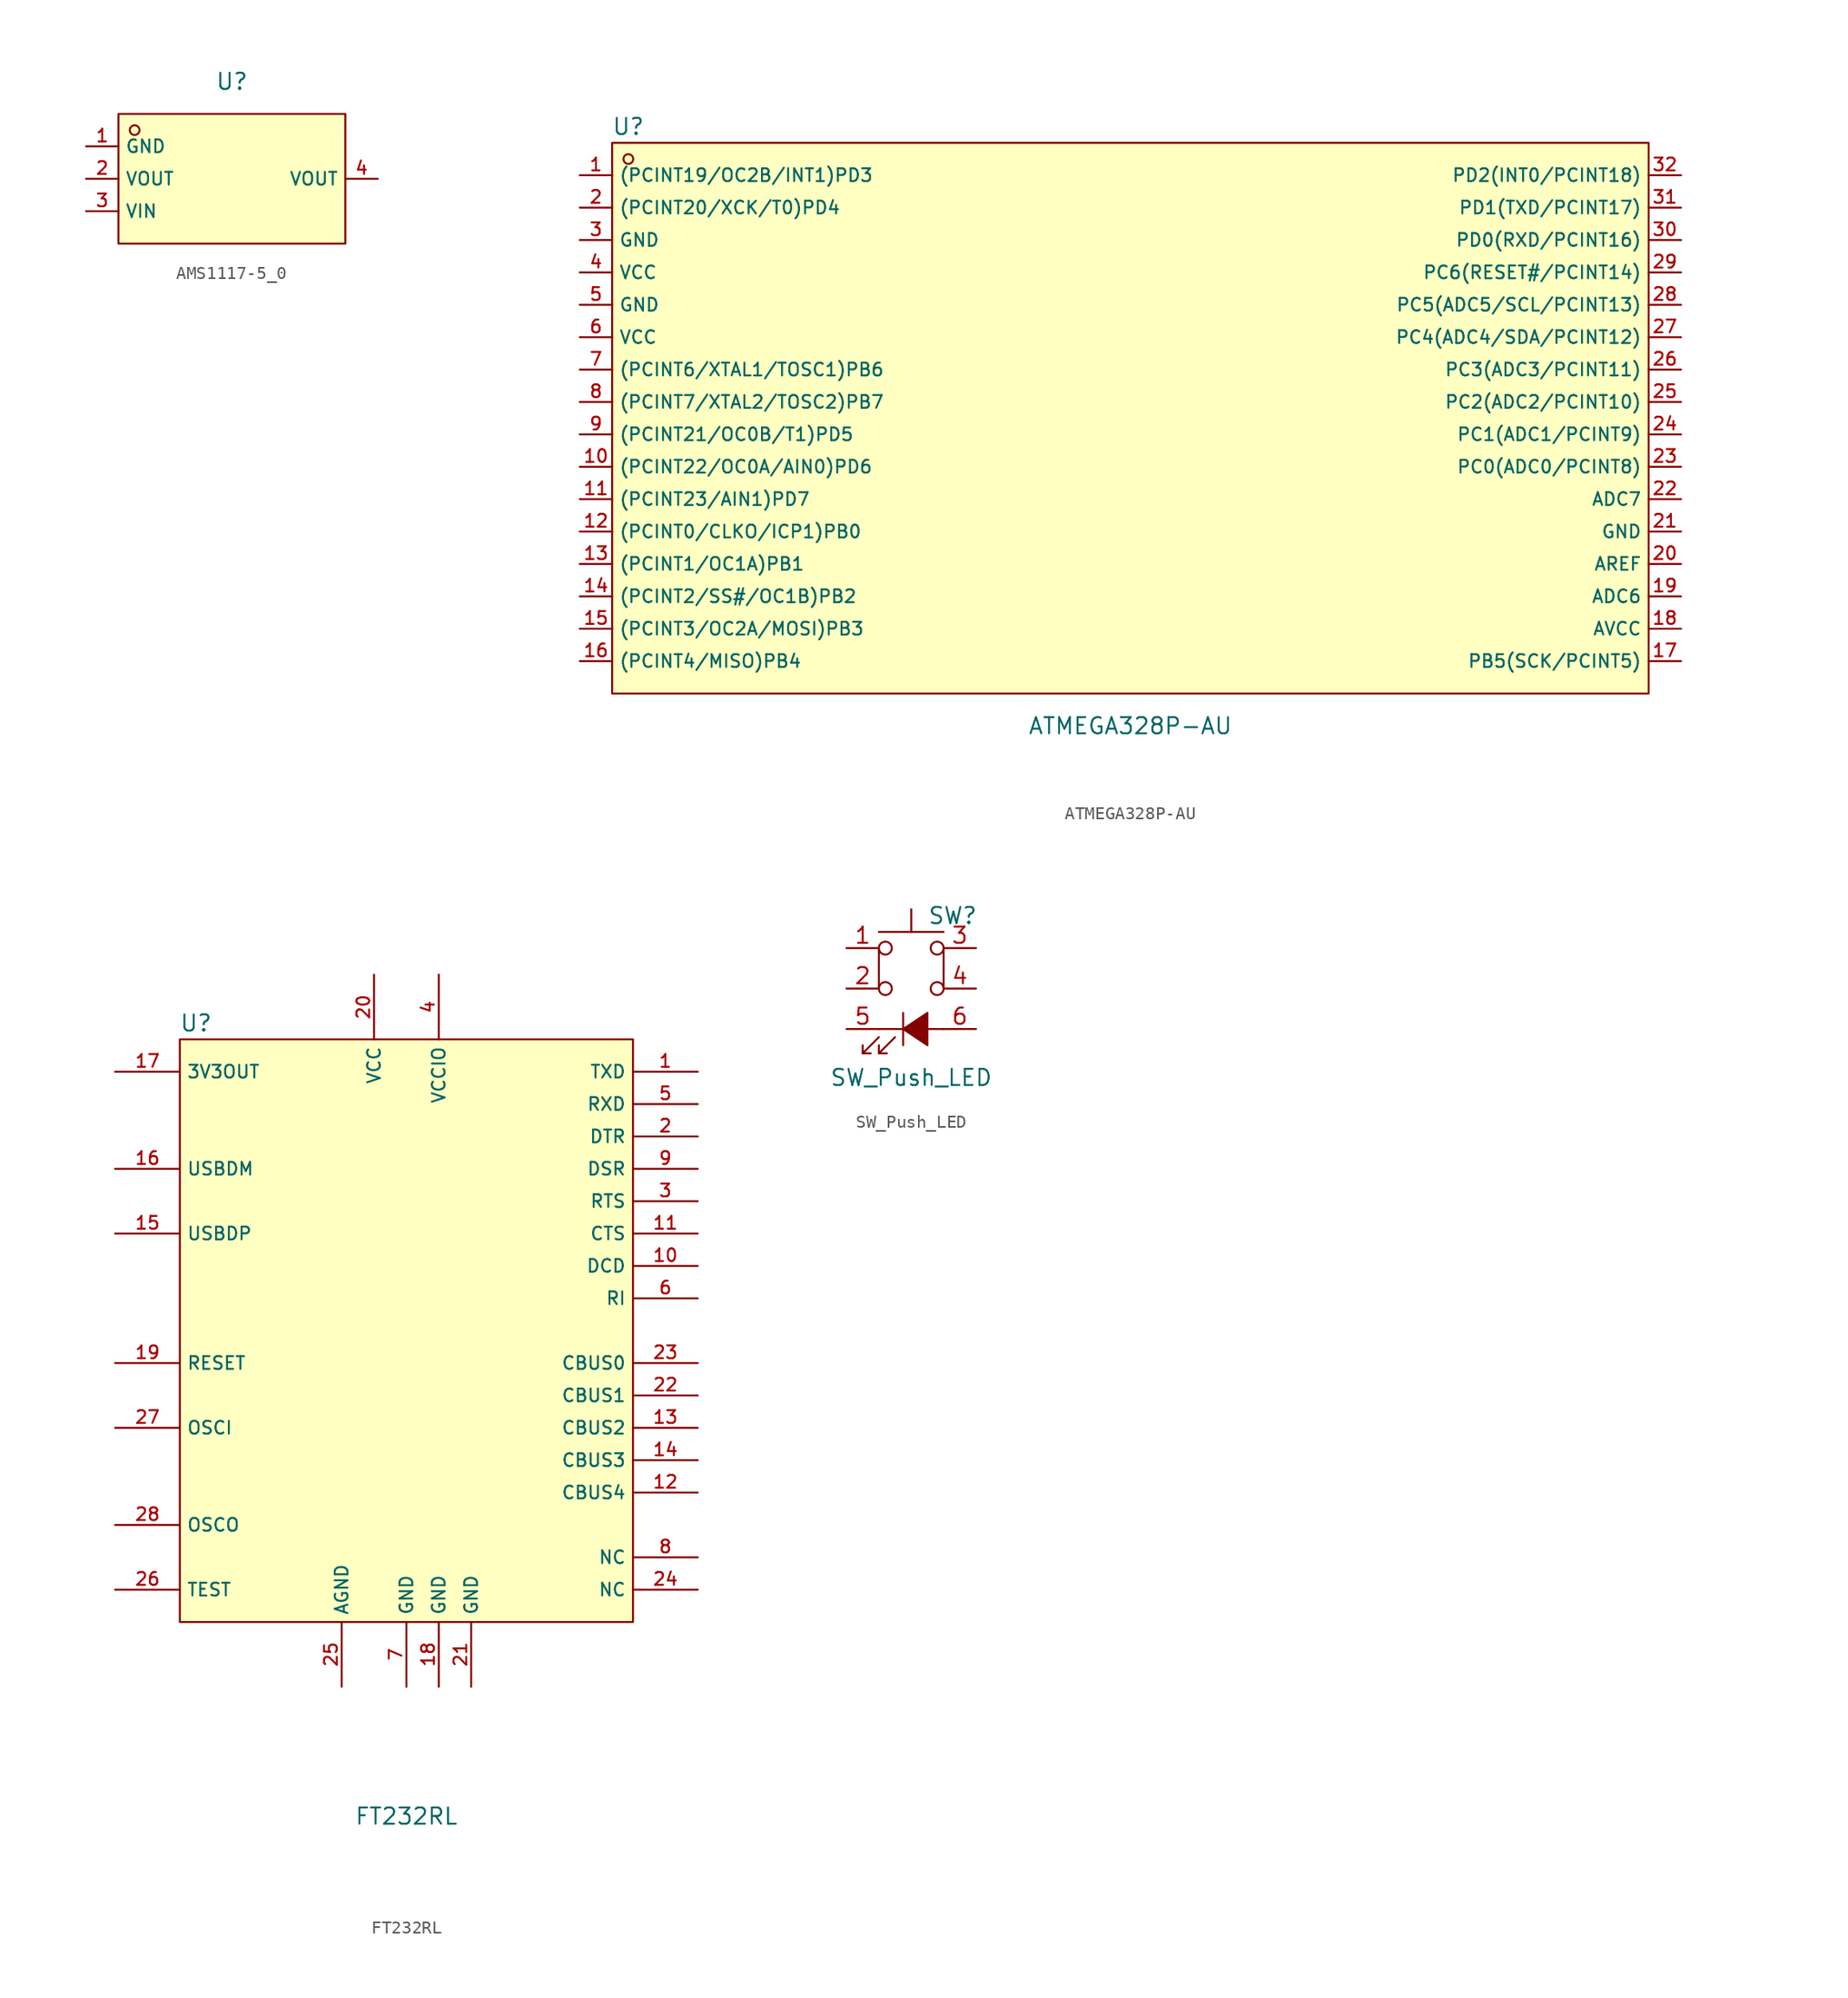
<source format=kicad_sym>
(kicad_symbol_lib
  (version 20211014)
  (generator kicad_symbol_editor)
  (symbol "AMS1117-5_0"
    (property "Reference" "U"
      (at 0 7.62 0)
      (effects (font (size 1.27 1.27))))
    (symbol "AMS1117-5_0_0_0"
      (rectangle (start -8.89 5.08) (end 8.89 -5.08) (stroke (width 0) (type default) (color 0 0 0 0)) (fill (type background)))
      (circle (center -7.62 3.81) (radius 0.381) (stroke (width 0) (type default) (color 0 0 0 0)) (fill (type background)))
      (pin power_in line (at -11.43 2.54 0) (length 2.54) (name "GND" (effects (font (size 1 1)))) (number "1" (effects (font (size 1 1)))))
      (pin power_out line (at -11.43 0 0) (length 2.54) (name "VOUT" (effects (font (size 1 1)))) (number "2" (effects (font (size 1 1)))))
      (pin power_in line (at -11.43 -2.54 0) (length 2.54) (name "VIN" (effects (font (size 1 1)))) (number "3" (effects (font (size 1 1)))))
      (pin power_out line (at 11.43 0 180) (length 2.54) (name "VOUT" (effects (font (size 1 1)))) (number "4" (effects (font (size 1 1)))))))
  (symbol "ATMEGA328P-AU"
    (property "Reference" "U"
      (at -39.37 21.59 0)
      (effects (font (size 1.27 1.27))))
    (property "Value" "ATMEGA328P-AU"
      (at 0 -25.4 0)
      (effects (font (size 1.27 1.27))))
    (symbol "ATMEGA328P-AU_0_0"
      (rectangle (start -40.64 20.32) (end 40.64 -22.86) (stroke (width 0) (type default) (color 0 0 0 0)) (fill (type background)))
      (circle (center -39.37 19.05) (radius 0.381) (stroke (width 0) (type default) (color 0 0 0 0)) (fill (type background)))
      (pin bidirectional line (at -43.18 17.78 0) (length 2.54) (name "(PCINT19/OC2B/INT1)PD3" (effects (font (size 1 1)))) (number "1" (effects (font (size 1 1)))))
      (pin bidirectional line (at -43.18 -5.08 0) (length 2.54) (name "(PCINT22/OC0A/AIN0)PD6" (effects (font (size 1 1)))) (number "10" (effects (font (size 1 1)))))
      (pin bidirectional line (at -43.18 -7.62 0) (length 2.54) (name "(PCINT23/AIN1)PD7" (effects (font (size 1 1)))) (number "11" (effects (font (size 1 1)))))
      (pin bidirectional line (at -43.18 -10.16 0) (length 2.54) (name "(PCINT0/CLKO/ICP1)PB0" (effects (font (size 1 1)))) (number "12" (effects (font (size 1 1)))))
      (pin bidirectional line (at -43.18 -12.7 0) (length 2.54) (name "(PCINT1/OC1A)PB1" (effects (font (size 1 1)))) (number "13" (effects (font (size 1 1)))))
      (pin bidirectional line (at -43.18 -15.24 0) (length 2.54) (name "(PCINT2/SS#/OC1B)PB2" (effects (font (size 1 1)))) (number "14" (effects (font (size 1 1)))))
      (pin bidirectional line (at -43.18 -17.78 0) (length 2.54) (name "(PCINT3/OC2A/MOSI)PB3" (effects (font (size 1 1)))) (number "15" (effects (font (size 1 1)))))
      (pin bidirectional line (at -43.18 -20.32 0) (length 2.54) (name "(PCINT4/MISO)PB4" (effects (font (size 1 1)))) (number "16" (effects (font (size 1 1)))))
      (pin bidirectional line (at 43.18 -20.32 180) (length 2.54) (name "PB5(SCK/PCINT5)" (effects (font (size 1 1)))) (number "17" (effects (font (size 1 1)))))
      (pin power_in line (at 43.18 -17.78 180) (length 2.54) (name "AVCC" (effects (font (size 1 1)))) (number "18" (effects (font (size 1 1)))))
      (pin input line (at 43.18 -15.24 180) (length 2.54) (name "ADC6" (effects (font (size 1 1)))) (number "19" (effects (font (size 1 1)))))
      (pin bidirectional line (at -43.18 15.24 0) (length 2.54) (name "(PCINT20/XCK/T0)PD4" (effects (font (size 1 1)))) (number "2" (effects (font (size 1 1)))))
      (pin bidirectional line (at 43.18 -12.7 180) (length 2.54) (name "AREF" (effects (font (size 1 1)))) (number "20" (effects (font (size 1 1)))))
      (pin power_in line (at 43.18 -10.16 180) (length 2.54) (name "GND" (effects (font (size 1 1)))) (number "21" (effects (font (size 1 1)))))
      (pin input line (at 43.18 -7.62 180) (length 2.54) (name "ADC7" (effects (font (size 1 1)))) (number "22" (effects (font (size 1 1)))))
      (pin bidirectional line (at 43.18 -5.08 180) (length 2.54) (name "PC0(ADC0/PCINT8)" (effects (font (size 1 1)))) (number "23" (effects (font (size 1 1)))))
      (pin bidirectional line (at 43.18 -2.54 180) (length 2.54) (name "PC1(ADC1/PCINT9)" (effects (font (size 1 1)))) (number "24" (effects (font (size 1 1)))))
      (pin bidirectional line (at 43.18 0 180) (length 2.54) (name "PC2(ADC2/PCINT10)" (effects (font (size 1 1)))) (number "25" (effects (font (size 1 1)))))
      (pin bidirectional line (at 43.18 2.54 180) (length 2.54) (name "PC3(ADC3/PCINT11)" (effects (font (size 1 1)))) (number "26" (effects (font (size 1 1)))))
      (pin bidirectional line (at 43.18 5.08 180) (length 2.54) (name "PC4(ADC4/SDA/PCINT12)" (effects (font (size 1 1)))) (number "27" (effects (font (size 1 1)))))
      (pin bidirectional line (at 43.18 7.62 180) (length 2.54) (name "PC5(ADC5/SCL/PCINT13)" (effects (font (size 1 1)))) (number "28" (effects (font (size 1 1)))))
      (pin bidirectional line (at 43.18 10.16 180) (length 2.54) (name "PC6(RESET#/PCINT14)" (effects (font (size 1 1)))) (number "29" (effects (font (size 1 1)))))
      (pin power_in line (at -43.18 12.7 0) (length 2.54) (name "GND" (effects (font (size 1 1)))) (number "3" (effects (font (size 1 1)))))
      (pin bidirectional line (at 43.18 12.7 180) (length 2.54) (name "PD0(RXD/PCINT16)" (effects (font (size 1 1)))) (number "30" (effects (font (size 1 1)))))
      (pin bidirectional line (at 43.18 15.24 180) (length 2.54) (name "PD1(TXD/PCINT17)" (effects (font (size 1 1)))) (number "31" (effects (font (size 1 1)))))
      (pin bidirectional line (at 43.18 17.78 180) (length 2.54) (name "PD2(INT0/PCINT18)" (effects (font (size 1 1)))) (number "32" (effects (font (size 1 1)))))
      (pin power_in line (at -43.18 10.16 0) (length 2.54) (name "VCC" (effects (font (size 1 1)))) (number "4" (effects (font (size 1 1)))))
      (pin power_in line (at -43.18 7.62 0) (length 2.54) (name "GND" (effects (font (size 1 1)))) (number "5" (effects (font (size 1 1)))))
      (pin power_in line (at -43.18 5.08 0) (length 2.54) (name "VCC" (effects (font (size 1 1)))) (number "6" (effects (font (size 1 1)))))
      (pin bidirectional line (at -43.18 2.54 0) (length 2.54) (name "(PCINT6/XTAL1/TOSC1)PB6" (effects (font (size 1 1)))) (number "7" (effects (font (size 1 1)))))
      (pin bidirectional line (at -43.18 0 0) (length 2.54) (name "(PCINT7/XTAL2/TOSC2)PB7" (effects (font (size 1 1)))) (number "8" (effects (font (size 1 1)))))
      (pin bidirectional line (at -43.18 -2.54 0) (length 2.54) (name "(PCINT21/OC0B/T1)PD5" (effects (font (size 1 1)))) (number "9" (effects (font (size 1 1)))))))
  (symbol "FT232RL"
    (property "Reference" "U"
      (at -16.51 24.13 0)
      (effects (font (size 1.27 1.27))))
    (property "Value" "FT232RL"
      (at 0 -38.1 0)
      (effects (font (size 1.27 1.27))))
    (symbol "FT232RL_0_0"
      (rectangle (start -17.78 22.86) (end 17.78 -22.86) (stroke (width 0) (type default) (color 0 0 0 0)) (fill (type background)))
      (pin output line (at 22.86 20.32 180) (length 5.08) (name "TXD" (effects (font (size 1 1)))) (number "1" (effects (font (size 1 1)))))
      (pin unspecified line (at 22.86 5.08 180) (length 5.08) (name "DCD" (effects (font (size 1 1)))) (number "10" (effects (font (size 1 1)))))
      (pin unspecified line (at 22.86 7.62 180) (length 5.08) (name "CTS" (effects (font (size 1 1)))) (number "11" (effects (font (size 1 1)))))
      (pin bidirectional line (at 22.86 -12.7 180) (length 5.08) (name "CBUS4" (effects (font (size 1 1)))) (number "12" (effects (font (size 1 1)))))
      (pin bidirectional line (at 22.86 -7.62 180) (length 5.08) (name "CBUS2" (effects (font (size 1 1)))) (number "13" (effects (font (size 1 1)))))
      (pin bidirectional line (at 22.86 -10.16 180) (length 5.08) (name "CBUS3" (effects (font (size 1 1)))) (number "14" (effects (font (size 1 1)))))
      (pin bidirectional line (at -22.86 7.62 0) (length 5.08) (name "USBDP" (effects (font (size 1 1)))) (number "15" (effects (font (size 1 1)))))
      (pin bidirectional line (at -22.86 12.7 0) (length 5.08) (name "USBDM" (effects (font (size 1 1)))) (number "16" (effects (font (size 1 1)))))
      (pin output line (at -22.86 20.32 0) (length 5.08) (name "3V3OUT" (effects (font (size 1 1)))) (number "17" (effects (font (size 1 1)))))
      (pin power_in line (at 2.54 -27.94 90) (length 5.08) (name "GND" (effects (font (size 1 1)))) (number "18" (effects (font (size 1 1)))))
      (pin unspecified line (at -22.86 -2.54 0) (length 5.08) (name "RESET" (effects (font (size 1 1)))) (number "19" (effects (font (size 1 1)))))
      (pin output line (at 22.86 15.24 180) (length 5.08) (name "DTR" (effects (font (size 1 1)))) (number "2" (effects (font (size 1 1)))))
      (pin power_in line (at -2.54 27.94 270) (length 5.08) (name "VCC" (effects (font (size 1 1)))) (number "20" (effects (font (size 1 1)))))
      (pin power_in line (at 5.08 -27.94 90) (length 5.08) (name "GND" (effects (font (size 1 1)))) (number "21" (effects (font (size 1 1)))))
      (pin bidirectional line (at 22.86 -5.08 180) (length 5.08) (name "CBUS1" (effects (font (size 1 1)))) (number "22" (effects (font (size 1 1)))))
      (pin bidirectional line (at 22.86 -2.54 180) (length 5.08) (name "CBUS0" (effects (font (size 1 1)))) (number "23" (effects (font (size 1 1)))))
      (pin unspecified line (at 22.86 -20.32 180) (length 5.08) (name "NC" (effects (font (size 1 1)))) (number "24" (effects (font (size 1 1)))))
      (pin power_in line (at -5.08 -27.94 90) (length 5.08) (name "AGND" (effects (font (size 1 1)))) (number "25" (effects (font (size 1 1)))))
      (pin unspecified line (at -22.86 -20.32 0) (length 5.08) (name "TEST" (effects (font (size 1 1)))) (number "26" (effects (font (size 1 1)))))
      (pin unspecified line (at -22.86 -7.62 0) (length 5.08) (name "OSCI" (effects (font (size 1 1)))) (number "27" (effects (font (size 1 1)))))
      (pin output line (at -22.86 -15.24 0) (length 5.08) (name "OSCO" (effects (font (size 1 1)))) (number "28" (effects (font (size 1 1)))))
      (pin output line (at 22.86 10.16 180) (length 5.08) (name "RTS" (effects (font (size 1 1)))) (number "3" (effects (font (size 1 1)))))
      (pin power_in line (at 2.54 27.94 270) (length 5.08) (name "VCCIO" (effects (font (size 1 1)))) (number "4" (effects (font (size 1 1)))))
      (pin unspecified line (at 22.86 17.78 180) (length 5.08) (name "RXD" (effects (font (size 1 1)))) (number "5" (effects (font (size 1 1)))))
      (pin unspecified line (at 22.86 2.54 180) (length 5.08) (name "RI" (effects (font (size 1 1)))) (number "6" (effects (font (size 1 1)))))
      (pin power_in line (at 0 -27.94 90) (length 5.08) (name "GND" (effects (font (size 1 1)))) (number "7" (effects (font (size 1 1)))))
      (pin unspecified line (at 22.86 -17.78 180) (length 5.08) (name "NC" (effects (font (size 1 1)))) (number "8" (effects (font (size 1 1)))))
      (pin unspecified line (at 22.86 12.7 180) (length 5.08) (name "DSR" (effects (font (size 1 1)))) (number "9" (effects (font (size 1 1)))))))
  (symbol "SW_Push_LED"
    (pin_names
      (offset 1.016) hide)
    (property "Reference" "SW"
      (at 1.27 5.715 0)
      (effects (font (size 1.27 1.27)) (justify left)))
    (property "Value" "SW_Push_LED"
      (at 0 -6.985 0)
      (effects (font (size 1.27 1.27))))
    (symbol "SW_Push_LED_0_0"
      (polyline (pts (xy -3.81 -5.08) (xy -2.54 -3.81)) (stroke (width 0) (type default) (color 0 0 0 0)) (fill (type none)))
      (polyline (pts (xy -2.54 -5.08) (xy -1.27 -3.81)) (stroke (width 0) (type default) (color 0 0 0 0)) (fill (type none)))
      (polyline (pts (xy -2.54 -3.175) (xy 2.54 -3.175)) (stroke (width 0) (type default) (color 0 0 0 0)) (fill (type none)))
      (polyline (pts (xy -0.635 -1.905) (xy -0.635 -4.445)) (stroke (width 0) (type default) (color 0 0 0 0)) (fill (type none)))
      (polyline (pts (xy -3.81 -4.445) (xy -3.81 -5.08) (xy -3.175 -5.08)) (stroke (width 0) (type default) (color 0 0 0 0)) (fill (type none)))
      (polyline (pts (xy -2.54 -4.445) (xy -2.54 -5.08) (xy -1.905 -5.08)) (stroke (width 0) (type default) (color 0 0 0 0)) (fill (type none)))
      (polyline (pts (xy -0.635 -3.175) (xy 1.27 -1.905) (xy 1.27 -4.445) (xy -0.635 -3.175)) (stroke (width 0) (type default) (color 0 0 0 0)) (fill (type outline))))
    (symbol "SW_Push_LED_0_1"
      (circle (center -2.032 0) (radius 0.508) (stroke (width 0) (type default) (color 0 0 0 0)) (fill (type none)))
      (circle (center -2.032 3.175) (radius 0.508) (stroke (width 0) (type default) (color 0 0 0 0)) (fill (type none)))
      (polyline (pts (xy -2.54 0) (xy -2.54 3.175)) (stroke (width 0) (type default) (color 0 0 0 0)) (fill (type none)))
      (polyline (pts (xy 0 4.445) (xy 0 6.223)) (stroke (width 0) (type default) (color 0 0 0 0)) (fill (type none)))
      (polyline (pts (xy 2.54 0) (xy 2.54 3.175)) (stroke (width 0) (type default) (color 0 0 0 0)) (fill (type none)))
      (polyline (pts (xy 2.54 4.445) (xy -2.54 4.445)) (stroke (width 0) (type default) (color 0 0 0 0)) (fill (type none)))
      (circle (center 2.032 0) (radius 0.508) (stroke (width 0) (type default) (color 0 0 0 0)) (fill (type none)))
      (circle (center 2.032 3.175) (radius 0.508) (stroke (width 0) (type default) (color 0 0 0 0)) (fill (type none)))
      (pin passive line (at -5.08 3.175 0) (length 2.54) (name "1" (effects (font (size 1.27 1.27)))) (number "1" (effects (font (size 1.27 1.27)))))
      (pin passive line (at -5.08 0 0) (length 2.54) (name "2" (effects (font (size 1.27 1.27)))) (number "2" (effects (font (size 1.27 1.27)))))
      (pin passive line (at 5.08 3.175 180) (length 2.54) (name "3" (effects (font (size 1.27 1.27)))) (number "3" (effects (font (size 1.27 1.27)))))
      (pin passive line (at 5.08 0 180) (length 2.54) (name "4" (effects (font (size 1.27 1.27)))) (number "4" (effects (font (size 1.27 1.27)))))
      (pin power_in line (at -5.08 -3.175 0) (length 2.54) (name "5" (effects (font (size 1.27 1.27)))) (number "5" (effects (font (size 1.27 1.27)))))
      (pin power_in line (at 5.08 -3.175 180) (length 2.54) (name "6" (effects (font (size 1.27 1.27)))) (number "6" (effects (font (size 1.27 1.27))))))))
</source>
